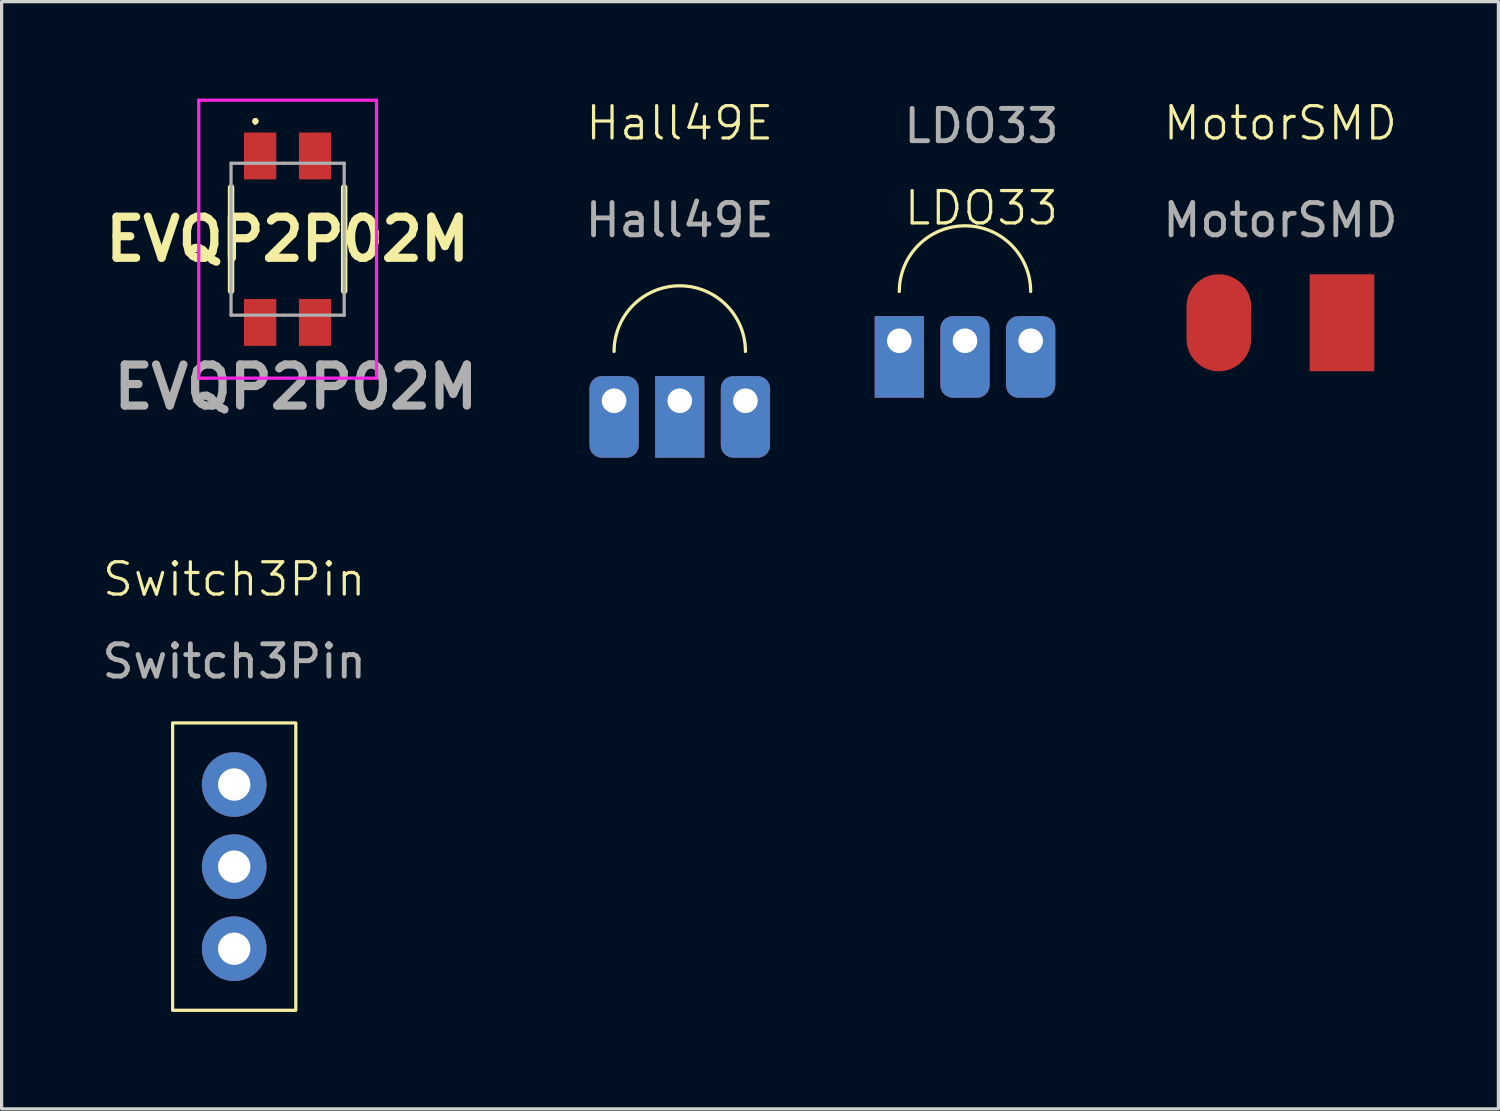
<source format=kicad_pcb>
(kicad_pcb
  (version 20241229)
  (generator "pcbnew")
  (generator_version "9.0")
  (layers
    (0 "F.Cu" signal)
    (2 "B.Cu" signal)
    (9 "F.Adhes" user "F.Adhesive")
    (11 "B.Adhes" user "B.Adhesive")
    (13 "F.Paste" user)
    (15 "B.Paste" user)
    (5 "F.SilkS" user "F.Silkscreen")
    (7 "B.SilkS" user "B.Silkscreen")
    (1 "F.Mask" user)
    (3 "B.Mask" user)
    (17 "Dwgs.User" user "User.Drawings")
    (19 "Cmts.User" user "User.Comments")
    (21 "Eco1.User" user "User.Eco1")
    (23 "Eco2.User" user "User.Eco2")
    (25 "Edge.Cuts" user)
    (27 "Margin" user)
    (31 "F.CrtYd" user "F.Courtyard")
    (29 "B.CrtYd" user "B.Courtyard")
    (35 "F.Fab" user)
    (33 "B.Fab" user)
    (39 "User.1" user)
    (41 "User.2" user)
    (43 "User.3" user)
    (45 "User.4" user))
  (footprint "EVQP2P02M"
    (layer "F.Cu")
    (at 5.848 4.35)
    (property "Reference" "EVQP2P02M" (at 0 0 0) (layer "F.SilkS") (effects (font (size 1.27 1.27) (thickness 0.254))))
    (attr smd)
    (fp_line (start -1.75 1.6) (end -1.75 -1.6) (stroke (width 0.2) (type solid)) (layer "F.SilkS"))
    (fp_line (start -1 -3.7) (end -1 -3.7) (stroke (width 0.1) (type solid)) (layer "F.SilkS"))
    (fp_line (start -1 -3.6) (end -1 -3.6) (stroke (width 0.1) (type solid)) (layer "F.SilkS"))
    (fp_line (start -1 -3.6) (end -1 -3.6) (stroke (width 0.1) (type solid)) (layer "F.SilkS"))
    (fp_line (start 1.75 1.6) (end 1.75 -1.6) (stroke (width 0.2) (type solid)) (layer "F.SilkS"))
    (fp_arc (start -1 -3.7) (mid -0.95 -3.65) (end -1 -3.6) (stroke (width 0.1) (type solid)) (layer "F.SilkS"))
    (fp_arc (start -1 -3.7) (mid -0.95 -3.65) (end -1 -3.6) (stroke (width 0.1) (type solid)) (layer "F.SilkS"))
    (fp_arc (start -1 -3.6) (mid -1.05 -3.65) (end -1 -3.7) (stroke (width 0.1) (type solid)) (layer "F.SilkS"))
    (fp_line (start -2.75 -4.3) (end 2.75 -4.3) (stroke (width 0.1) (type solid)) (layer "F.CrtYd"))
    (fp_line (start -2.75 4.3) (end -2.75 -4.3) (stroke (width 0.1) (type solid)) (layer "F.CrtYd"))
    (fp_line (start 2.75 -4.3) (end 2.75 4.3) (stroke (width 0.1) (type solid)) (layer "F.CrtYd"))
    (fp_line (start 2.75 4.3) (end -2.75 4.3) (stroke (width 0.1) (type solid)) (layer "F.CrtYd"))
    (fp_line (start -1.75 -2.35) (end -1.75 2.35) (stroke (width 0.1) (type solid)) (layer "F.Fab"))
    (fp_line (start -1.75 2.35) (end 1.75 2.35) (stroke (width 0.1) (type solid)) (layer "F.Fab"))
    (fp_line (start 1.75 -2.35) (end -1.75 -2.35) (stroke (width 0.1) (type solid)) (layer "F.Fab"))
    (fp_line (start 1.75 2.35) (end 1.75 -2.35) (stroke (width 0.1) (type solid)) (layer "F.Fab"))
    (fp_text user "${REFERENCE}" (at 0.254 4.572 0) (layer "F.Fab") (effects (font (size 1.27 1.27) (thickness 0.254))))
    (pad "1" smd rect (at -0.85 -2.575) (size 1 1.45) (layers "F.Cu" "F.Mask" "F.Paste"))
    (pad "2" smd rect (at 0.85 -2.575) (size 1 1.45) (layers "F.Cu" "F.Mask" "F.Paste"))
    (pad "3" smd rect (at -0.85 2.575) (size 1 1.45) (layers "F.Cu" "F.Mask" "F.Paste"))
    (pad "4" smd rect (at 0.85 2.575) (size 1 1.45) (layers "F.Cu" "F.Mask" "F.Paste")))
  (footprint "Hall49E"
    (layer "F.Cu")
    (at 17.98 9.348)
    (property "Reference" "Hall49E" (at 0 -8.588 0) (unlocked yes) (layer "F.SilkS") (effects (font (size 1 1) (thickness 0.1))))
    (attr through_hole)
    (fp_arc (start -2.032 -1.524) (mid 0 -3.556) (end 2.032 -1.524) (stroke (width 0.1) (type default)) (layer "F.SilkS"))
    (fp_text user "${REFERENCE}" (at 0 -5.588 0) (unlocked yes) (layer "F.Fab") (effects (font (size 1 1) (thickness 0.15))))
    (pad "1" thru_hole roundrect (at -2.032 0 90) (size 2.524 1.524) (drill 0.762 (offset -0.5 0)) (layers "*.Cu" "*.Mask") (roundrect_rratio 0.25))
    (pad "2" thru_hole rect (at 0 0 90) (size 2.524 1.524) (drill 0.762 (offset -0.5 0)) (layers "*.Cu" "*.Mask"))
    (pad "3" thru_hole roundrect (at 2.032 0 90) (size 2.524 1.524) (drill 0.762 (offset -0.5 0)) (layers "*.Cu" "*.Mask") (roundrect_rratio 0.25)))
  (footprint "Switch3Pin"
    (layer "F.Cu")
    (at 4.196 25.031)
    (property "Reference" "Switch3Pin" (at 0 -10.16 0) (unlocked yes) (layer "F.SilkS") (effects (font (size 1 1) (thickness 0.1))))
    (attr through_hole)
    (fp_rect (start -1.905 -5.715) (end 1.905 3.175) (stroke (width 0.1) (type default)) (fill no) (layer "F.SilkS"))
    (fp_text user "${REFERENCE}" (at 0 -7.62 0) (unlocked yes) (layer "F.Fab") (effects (font (size 1 1) (thickness 0.15))))
    (pad "1" thru_hole circle (at 0 -3.81) (size 2 2) (drill 1) (layers "*.Cu" "*.Mask"))
    (pad "2" thru_hole circle (at 0 -1.27) (size 2 2) (drill 1) (layers "*.Cu" "*.Mask"))
    (pad "3" thru_hole circle (at 0 1.27) (size 2 2) (drill 1) (layers "*.Cu" "*.Mask")))
  (footprint "LDO33"
    (layer "F.Cu")
    (at 27.312 5.928)
    (property "Reference" "LDO33" (at 0 -2.54 0) (unlocked yes) (layer "F.SilkS") (effects (font (size 1 1) (thickness 0.1))))
    (attr through_hole)
    (fp_arc (start -2.54 0.04) (mid -0.508 -1.992) (end 1.524 0.04) (stroke (width 0.1) (type default)) (layer "F.SilkS"))
    (fp_text user "${REFERENCE}" (at 0 -5.08 0) (unlocked yes) (layer "F.Fab") (effects (font (size 1 1) (thickness 0.15))))
    (pad "1" thru_hole rect (at -2.54 1.564 90) (size 2.524 1.524) (drill 0.762 (offset -0.5 0)) (layers "*.Cu" "*.Mask"))
    (pad "2" thru_hole roundrect (at -0.508 1.564 90) (size 2.524 1.524) (drill 0.762 (offset -0.5 0)) (layers "*.Cu" "*.Mask") (roundrect_rratio 0.25))
    (pad "3" thru_hole roundrect (at 1.524 1.564 90) (size 2.524 1.524) (drill 0.762 (offset -0.5 0)) (layers "*.Cu" "*.Mask") (roundrect_rratio 0.25)))
  (footprint "MotorSMD"
    (layer "F.Cu")
    (at 36.562 6.936)
    (property "Reference" "MotorSMD" (at 0 -6.175 0) (unlocked yes) (layer "F.SilkS") (effects (font (size 1 1) (thickness 0.1))))
    (attr smd)
    (fp_text user "${REFERENCE}" (at 0 -3.175 0) (unlocked yes) (layer "F.Fab") (effects (font (size 1 1) (thickness 0.15))))
    (pad "1" smd oval (at -1.905 0 90) (size 3 2) (layers "F.Cu" "F.Mask" "F.Paste"))
    (pad "2" smd rect (at 1.905 0 90) (size 3 2) (layers "F.Cu" "F.Mask" "F.Paste")))
  (gr_rect
    (start -3 -3)
    (end 43.306 31.256)
    (stroke (width 0.1) (type default))
    (fill no)
    (layer "Edge.Cuts")))
</source>
